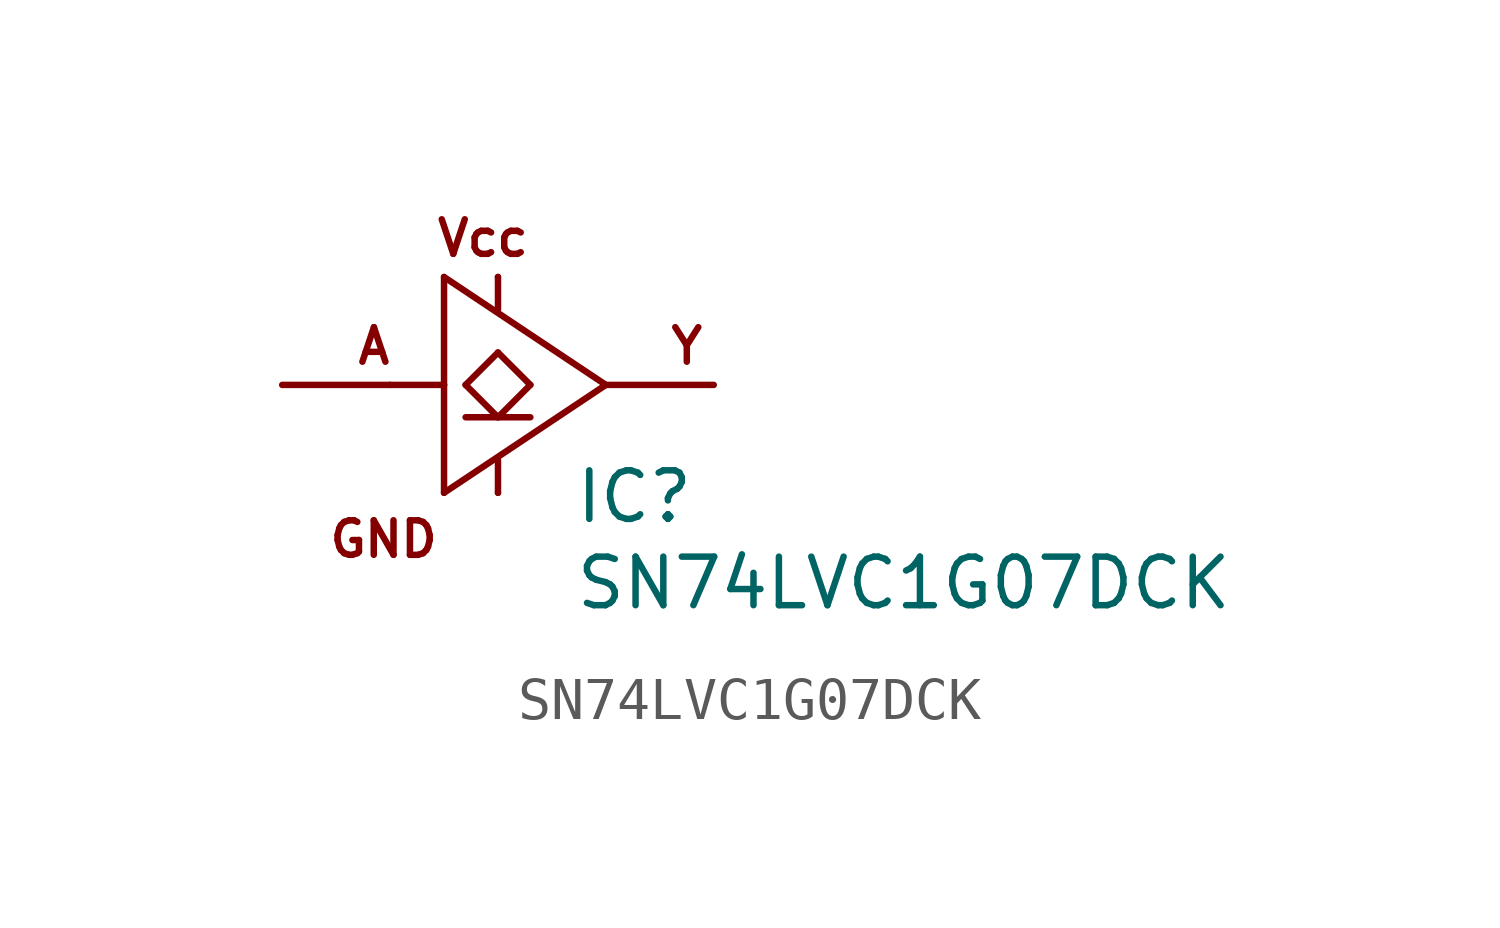
<source format=kicad_sym>
(kicad_symbol_lib
  (version 20211014)
  (generator kicad_symbol_editor)
  (symbol "SN74LVC1G07DCK"
    (pin_numbers hide)
    (pin_names
      (offset 1.016) hide)
    (property "Reference" "IC"
      (at 1.778 -3.302 0)
      (effects (font (size 1.143 1.143)) (justify left bottom)))
    (property "Value" "SN74LVC1G07DCK"
      (at 1.778 -5.334 0)
      (effects (font (size 1.143 1.143)) (justify left bottom)))
    (symbol "SN74LVC1G07DCK_0_0"
      (pin no_connect line (at 0 0 0) (length 2.54) hide (name "NC" (effects (font (size 1.27 1.27)))) (number "1" (effects (font (size 1.27 1.27))))))
    (symbol "SN74LVC1G07DCK_1_0"
      (polyline (pts (xy -2.54 0) (xy -1.27 0)) (stroke (width 0) (type default) (color 0 0 0 0)) (fill (type none)))
      (polyline (pts (xy -1.27 -2.54) (xy 2.54 0)) (stroke (width 0) (type default) (color 0 0 0 0)) (fill (type none)))
      (polyline (pts (xy -1.27 0) (xy -1.27 -2.54)) (stroke (width 0) (type default) (color 0 0 0 0)) (fill (type none)))
      (polyline (pts (xy -1.27 2.54) (xy -1.27 0)) (stroke (width 0) (type default) (color 0 0 0 0)) (fill (type none)))
      (polyline (pts (xy -0.762 -0.762) (xy 0.762 -0.762)) (stroke (width 0) (type default) (color 0 0 0 0)) (fill (type none)))
      (polyline (pts (xy -0.762 0) (xy 0 0.762)) (stroke (width 0) (type default) (color 0 0 0 0)) (fill (type none)))
      (polyline (pts (xy 0 -1.778) (xy 0 -2.54)) (stroke (width 0) (type default) (color 0 0 0 0)) (fill (type none)))
      (polyline (pts (xy 0 -0.762) (xy -0.762 0)) (stroke (width 0) (type default) (color 0 0 0 0)) (fill (type none)))
      (polyline (pts (xy 0 0.762) (xy 0.762 0)) (stroke (width 0) (type default) (color 0 0 0 0)) (fill (type none)))
      (polyline (pts (xy 0 2.54) (xy 0 1.778)) (stroke (width 0) (type default) (color 0 0 0 0)) (fill (type none)))
      (polyline (pts (xy 0.762 0) (xy 0 -0.762)) (stroke (width 0) (type default) (color 0 0 0 0)) (fill (type none)))
      (polyline (pts (xy 2.54 0) (xy -1.27 2.54)) (stroke (width 0) (type default) (color 0 0 0 0)) (fill (type none)))
      (text "A" (at -2.921 0.914 0) (effects (font (size 0.813 0.813))))
      (text "GND" (at -2.692 -3.632 0) (effects (font (size 0.813 0.813))))
      (text "Vcc" (at -0.356 3.454 0) (effects (font (size 0.813 0.813))))
      (text "Y" (at 4.445 0.914 0) (effects (font (size 0.813 0.813)))))
    (symbol "SN74LVC1G07DCK_1_1"
      (pin bidirectional line (at -5.08 0 0) (length 2.54) (name "A" (effects (font (size 1.016 1.016)))) (number "2" (effects (font (size 1.016 1.016)))))
      (pin bidirectional line (at 0 -2.54 0) (length 0) (name "GND" (effects (font (size 1.016 1.016)))) (number "3" (effects (font (size 1.016 1.016)))))
      (pin bidirectional line (at 5.08 0 180) (length 2.54) (name "Y" (effects (font (size 1.016 1.016)))) (number "4" (effects (font (size 1.016 1.016)))))
      (pin bidirectional line (at 0 2.54 0) (length 0) (name "VCC" (effects (font (size 1.016 1.016)))) (number "5" (effects (font (size 1.016 1.016))))))))
</source>
